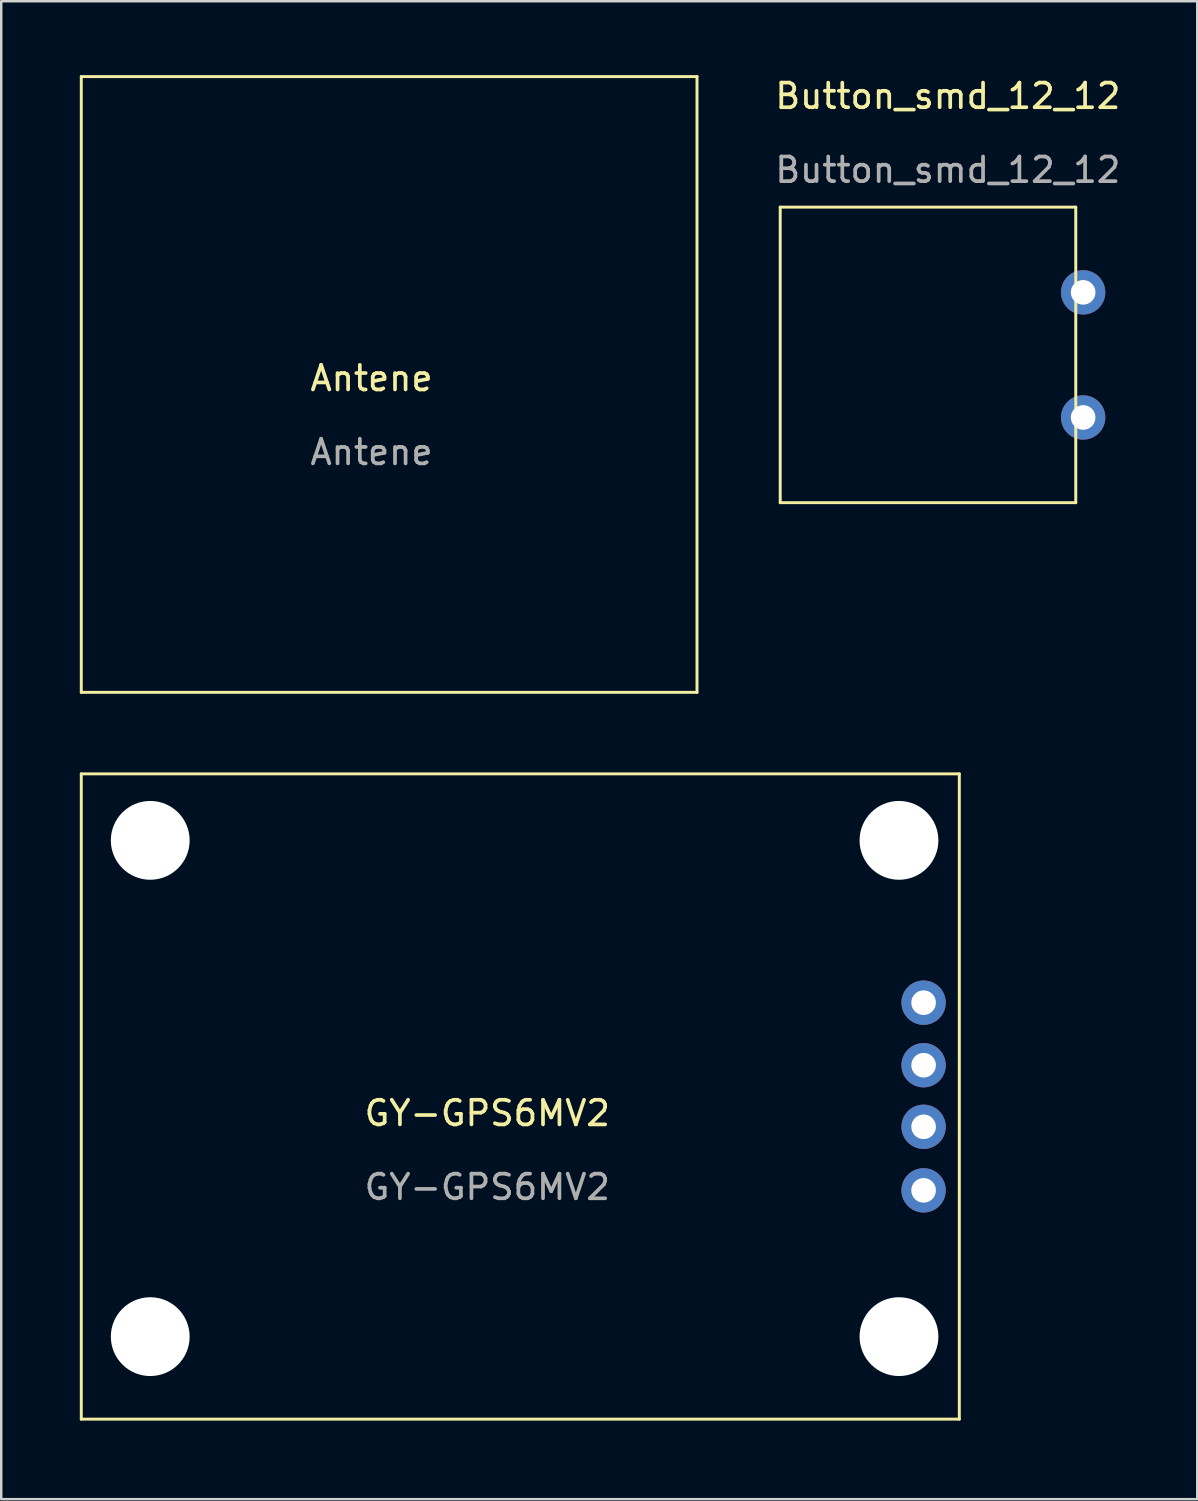
<source format=kicad_pcb>
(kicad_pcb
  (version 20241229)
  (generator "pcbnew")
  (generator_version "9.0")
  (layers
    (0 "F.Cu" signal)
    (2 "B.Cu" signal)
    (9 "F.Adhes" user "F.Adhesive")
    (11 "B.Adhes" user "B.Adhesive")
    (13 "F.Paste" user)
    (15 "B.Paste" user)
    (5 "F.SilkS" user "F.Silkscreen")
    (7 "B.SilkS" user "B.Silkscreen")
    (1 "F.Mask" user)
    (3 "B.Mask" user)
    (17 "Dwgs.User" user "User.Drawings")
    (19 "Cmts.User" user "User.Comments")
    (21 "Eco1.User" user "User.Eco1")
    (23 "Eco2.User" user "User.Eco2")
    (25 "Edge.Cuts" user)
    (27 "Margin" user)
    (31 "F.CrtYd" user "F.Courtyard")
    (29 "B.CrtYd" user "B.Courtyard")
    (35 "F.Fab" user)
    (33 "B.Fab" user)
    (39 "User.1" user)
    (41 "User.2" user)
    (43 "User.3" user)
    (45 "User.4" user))
  (footprint "Antene"
    (layer "F.Cu")
    (at 0.25 25.06)
    (property "Reference" "Antene" (at 11.786 -12.752 0) (unlocked yes) (layer "F.SilkS") (effects (font (size 1 1) (thickness 0.15))))
    (attr smd)
    (fp_line (start 0 -25) (end 0 0) (stroke (width 0.12) (type solid)) (layer "F.SilkS"))
    (fp_line (start 0 0) (end 25 0) (stroke (width 0.12) (type solid)) (layer "F.SilkS"))
    (fp_line (start 25 -25) (end 0 -25) (stroke (width 0.12) (type solid)) (layer "F.SilkS"))
    (fp_line (start 25 0) (end 25 -25) (stroke (width 0.12) (type solid)) (layer "F.SilkS"))
    (fp_text user "${REFERENCE}" (at 11.786 -9.752 0) (unlocked yes) (layer "F.Fab") (effects (font (size 1 1) (thickness 0.15)))))
  (footprint "GY-GPS6MV2"
    (layer "F.Cu")
    (at 0.25 54.57)
    (property "Reference" "GY-GPS6MV2" (at 16.485 -12.422 0) (unlocked yes) (layer "F.SilkS") (effects (font (size 1 1) (thickness 0.15))))
    (attr smd)
    (fp_line (start 0 0) (end 0 -26.2) (stroke (width 0.12) (type solid)) (layer "F.SilkS"))
    (fp_line (start 0 0) (end 35.65 0) (stroke (width 0.12) (type solid)) (layer "F.SilkS"))
    (fp_line (start 35.65 -26.2) (end 0 -26.2) (stroke (width 0.12) (type solid)) (layer "F.SilkS"))
    (fp_line (start 35.65 0) (end 35.65 -26.2) (stroke (width 0.12) (type solid)) (layer "F.SilkS"))
    (fp_text user "${REFERENCE}" (at 16.485 -9.422 0) (unlocked yes) (layer "F.Fab") (effects (font (size 1 1) (thickness 0.15))))
    (pad "" np_thru_hole circle (at 2.8 -23.5) (size 3.2 3.2) (drill 3.2) (layers "*.Cu" "*.Mask"))
    (pad "" np_thru_hole circle (at 2.8 -3.35) (size 3.2 3.2) (drill 3.2) (layers "*.Cu" "*.Mask"))
    (pad "" np_thru_hole circle (at 33.2 -23.5) (size 3.2 3.2) (drill 3.2) (layers "*.Cu" "*.Mask"))
    (pad "" np_thru_hole circle (at 33.2 -3.35) (size 3.2 3.2) (drill 3.2) (layers "*.Cu" "*.Mask"))
    (pad "1" thru_hole circle (at 34.2 -9.29) (size 1.8 1.8) (drill 1) (layers "*.Cu" "*.Mask"))
    (pad "2" thru_hole circle (at 34.2 -11.87) (size 1.8 1.8) (drill 1) (layers "*.Cu" "*.Mask"))
    (pad "3" thru_hole circle (at 34.2 -14.37) (size 1.8 1.8) (drill 1) (layers "*.Cu" "*.Mask"))
    (pad "4" thru_hole circle (at 34.2 -16.91) (size 1.8 1.8) (drill 1) (layers "*.Cu" "*.Mask")))
  (footprint "Button_smd_12_12"
    (layer "F.Cu")
    (at 28.628 17.36)
    (property "Reference" "Button_smd_12_12" (at 6.807 -16.511 0) (unlocked yes) (layer "F.SilkS") (effects (font (size 1 1) (thickness 0.15))))
    (attr smd)
    (fp_line (start 0 -12) (end 0 0) (stroke (width 0.12) (type solid)) (layer "F.SilkS"))
    (fp_line (start 0 0) (end 12 0) (stroke (width 0.12) (type solid)) (layer "F.SilkS"))
    (fp_line (start 12 -12) (end 0 -12) (stroke (width 0.12) (type solid)) (layer "F.SilkS"))
    (fp_line (start 12 0) (end 12 -12) (stroke (width 0.12) (type solid)) (layer "F.SilkS"))
    (fp_text user "${REFERENCE}" (at 6.807 -13.511 0) (unlocked yes) (layer "F.Fab") (effects (font (size 1 1) (thickness 0.15))))
    (pad "1" thru_hole circle (at 12.3 -8.54) (size 1.8 1.8) (drill 1) (layers "*.Cu" "*.Mask"))
    (pad "2" thru_hole circle (at 12.3 -3.46) (size 1.8 1.8) (drill 1) (layers "*.Cu" "*.Mask")))
  (gr_rect
    (start -3 -3)
    (end 45.56 57.82)
    (stroke (width 0.1) (type default))
    (fill no)
    (layer "Edge.Cuts")))
</source>
